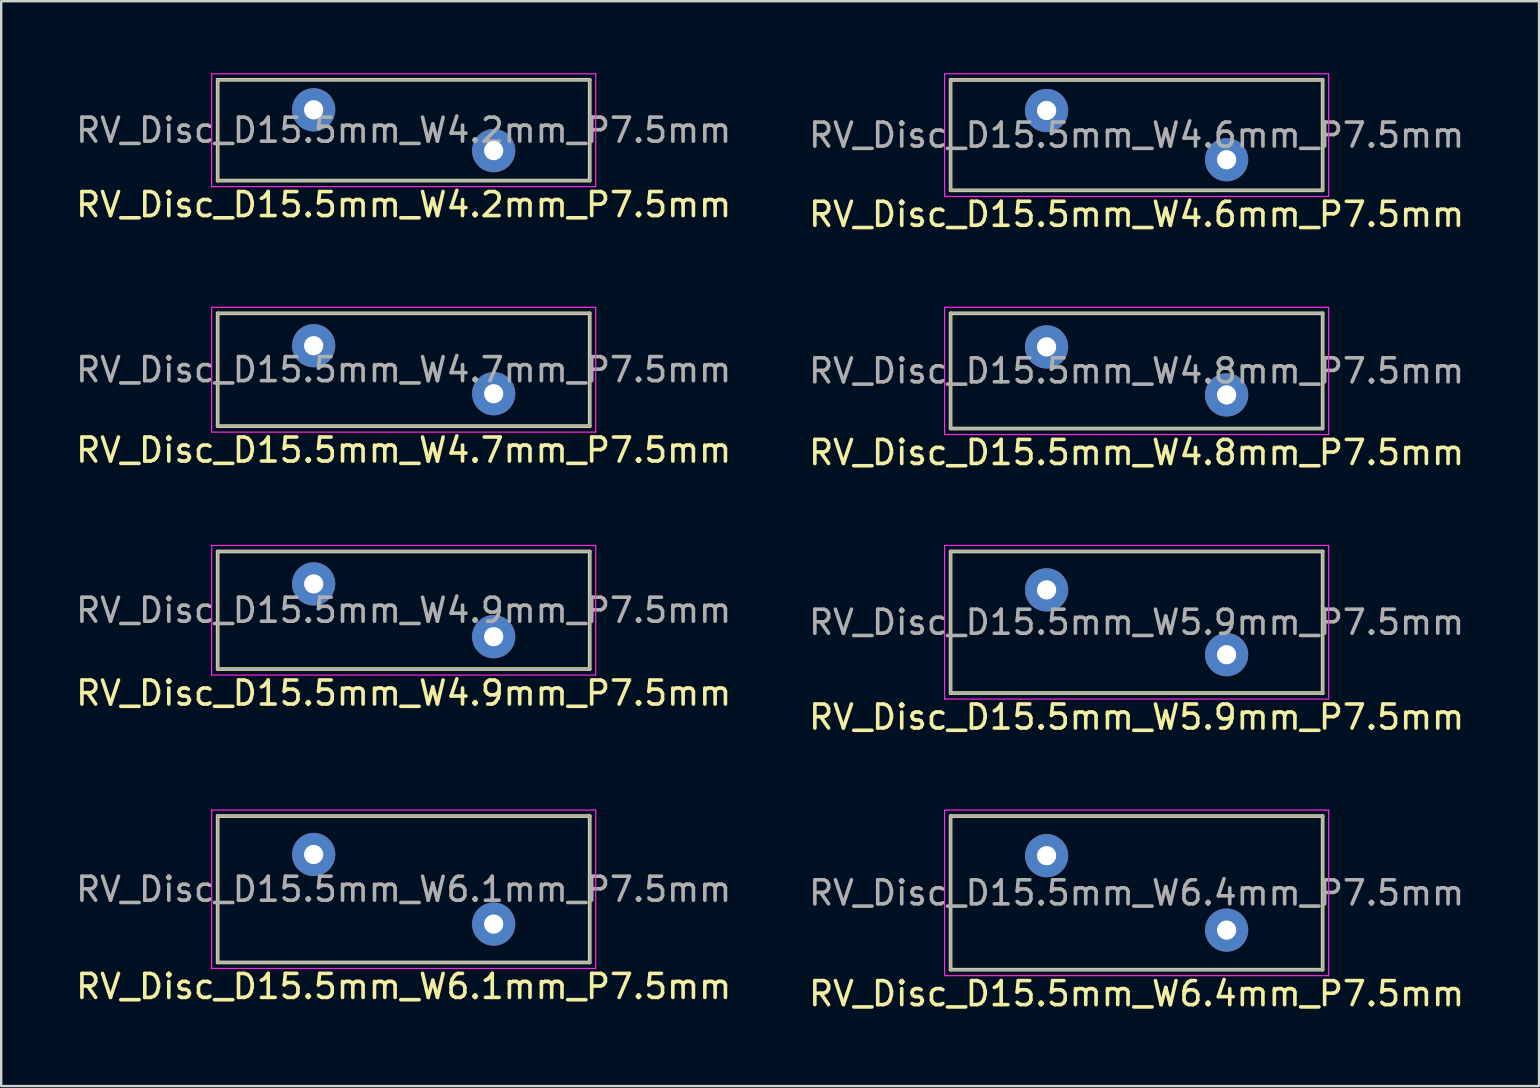
<source format=kicad_pcb>
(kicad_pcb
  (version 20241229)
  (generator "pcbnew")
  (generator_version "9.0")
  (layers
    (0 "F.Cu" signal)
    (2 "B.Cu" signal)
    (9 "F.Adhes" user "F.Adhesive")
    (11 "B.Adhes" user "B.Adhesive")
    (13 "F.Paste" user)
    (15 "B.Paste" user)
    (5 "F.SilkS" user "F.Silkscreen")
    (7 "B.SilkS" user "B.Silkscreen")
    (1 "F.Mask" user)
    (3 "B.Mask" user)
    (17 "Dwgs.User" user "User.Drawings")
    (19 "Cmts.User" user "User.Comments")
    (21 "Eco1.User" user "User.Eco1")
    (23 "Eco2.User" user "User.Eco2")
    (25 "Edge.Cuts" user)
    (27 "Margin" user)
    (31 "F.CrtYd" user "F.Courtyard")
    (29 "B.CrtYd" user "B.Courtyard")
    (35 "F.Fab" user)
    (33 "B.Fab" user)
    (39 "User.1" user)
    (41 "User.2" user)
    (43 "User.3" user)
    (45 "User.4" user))
  (footprint "RV_Disc_D15.5mm_W4.7mm_P7.5mm"
    (layer "F.Cu")
    (at 10.018 11.353)
    (property "Reference" "RV_Disc_D15.5mm_W4.7mm_P7.5mm" (at 3.75 4.35 0) (layer "F.SilkS") (effects (font (size 1 1) (thickness 0.15))))
    (attr through_hole)
    (fp_line (start -4 -1.35) (end -4 3.35) (stroke (width 0.15) (type solid)) (layer "F.SilkS"))
    (fp_line (start -4 -1.35) (end 11.5 -1.35) (stroke (width 0.15) (type solid)) (layer "F.SilkS"))
    (fp_line (start -4 3.35) (end 11.5 3.35) (stroke (width 0.15) (type solid)) (layer "F.SilkS"))
    (fp_line (start 11.5 -1.35) (end 11.5 3.35) (stroke (width 0.15) (type solid)) (layer "F.SilkS"))
    (fp_line (start -4.25 -1.6) (end -4.25 3.6) (stroke (width 0.05) (type solid)) (layer "F.CrtYd"))
    (fp_line (start -4.25 -1.6) (end 11.75 -1.6) (stroke (width 0.05) (type solid)) (layer "F.CrtYd"))
    (fp_line (start -4.25 3.6) (end 11.75 3.6) (stroke (width 0.05) (type solid)) (layer "F.CrtYd"))
    (fp_line (start 11.75 -1.6) (end 11.75 3.6) (stroke (width 0.05) (type solid)) (layer "F.CrtYd"))
    (fp_line (start -4 -1.35) (end -4 3.35) (stroke (width 0.1) (type solid)) (layer "F.Fab"))
    (fp_line (start -4 -1.35) (end 11.5 -1.35) (stroke (width 0.1) (type solid)) (layer "F.Fab"))
    (fp_line (start -4 3.35) (end 11.5 3.35) (stroke (width 0.1) (type solid)) (layer "F.Fab"))
    (fp_line (start 11.5 -1.35) (end 11.5 3.35) (stroke (width 0.1) (type solid)) (layer "F.Fab"))
    (fp_text user "${REFERENCE}" (at 3.75 1 0) (layer "F.Fab") (effects (font (size 1 1) (thickness 0.15))))
    (pad "1" thru_hole circle (at 0 0) (size 1.8 1.8) (drill 0.8) (layers "*.Cu" "*.Mask"))
    (pad "2" thru_hole circle (at 7.5 2) (size 1.8 1.8) (drill 0.8) (layers "*.Cu" "*.Mask")))
  (footprint "RV_Disc_D15.5mm_W4.6mm_P7.5mm"
    (layer "F.Cu")
    (at 40.554 1.555)
    (property "Reference" "RV_Disc_D15.5mm_W4.6mm_P7.5mm" (at 3.75 4.325 0) (layer "F.SilkS") (effects (font (size 1 1) (thickness 0.15))))
    (attr through_hole)
    (fp_line (start -4 -1.275) (end -4 3.325) (stroke (width 0.15) (type solid)) (layer "F.SilkS"))
    (fp_line (start -4 -1.275) (end 11.5 -1.275) (stroke (width 0.15) (type solid)) (layer "F.SilkS"))
    (fp_line (start -4 3.325) (end 11.5 3.325) (stroke (width 0.15) (type solid)) (layer "F.SilkS"))
    (fp_line (start 11.5 -1.275) (end 11.5 3.325) (stroke (width 0.15) (type solid)) (layer "F.SilkS"))
    (fp_line (start -4.25 -1.53) (end -4.25 3.58) (stroke (width 0.05) (type solid)) (layer "F.CrtYd"))
    (fp_line (start -4.25 -1.53) (end 11.75 -1.53) (stroke (width 0.05) (type solid)) (layer "F.CrtYd"))
    (fp_line (start -4.25 3.58) (end 11.75 3.58) (stroke (width 0.05) (type solid)) (layer "F.CrtYd"))
    (fp_line (start 11.75 -1.53) (end 11.75 3.58) (stroke (width 0.05) (type solid)) (layer "F.CrtYd"))
    (fp_line (start -4 -1.275) (end -4 3.325) (stroke (width 0.1) (type solid)) (layer "F.Fab"))
    (fp_line (start -4 -1.275) (end 11.5 -1.275) (stroke (width 0.1) (type solid)) (layer "F.Fab"))
    (fp_line (start -4 3.325) (end 11.5 3.325) (stroke (width 0.1) (type solid)) (layer "F.Fab"))
    (fp_line (start 11.5 -1.275) (end 11.5 3.325) (stroke (width 0.1) (type solid)) (layer "F.Fab"))
    (fp_text user "${REFERENCE}" (at 3.75 1.025 0) (layer "F.Fab") (effects (font (size 1 1) (thickness 0.15))))
    (pad "1" thru_hole circle (at 0 0) (size 1.8 1.8) (drill 0.8) (layers "*.Cu" "*.Mask"))
    (pad "2" thru_hole circle (at 7.5 2.05) (size 1.8 1.8) (drill 0.8) (layers "*.Cu" "*.Mask")))
  (footprint "RV_Disc_D15.5mm_W5.9mm_P7.5mm"
    (layer "F.Cu")
    (at 40.554 21.526)
    (property "Reference" "RV_Disc_D15.5mm_W5.9mm_P7.5mm" (at 3.75 5.3 0) (layer "F.SilkS") (effects (font (size 1 1) (thickness 0.15))))
    (attr through_hole)
    (fp_line (start -4 -1.6) (end -4 4.3) (stroke (width 0.15) (type solid)) (layer "F.SilkS"))
    (fp_line (start -4 -1.6) (end 11.5 -1.6) (stroke (width 0.15) (type solid)) (layer "F.SilkS"))
    (fp_line (start -4 4.3) (end 11.5 4.3) (stroke (width 0.15) (type solid)) (layer "F.SilkS"))
    (fp_line (start 11.5 -1.6) (end 11.5 4.3) (stroke (width 0.15) (type solid)) (layer "F.SilkS"))
    (fp_line (start -4.25 -1.85) (end -4.25 4.55) (stroke (width 0.05) (type solid)) (layer "F.CrtYd"))
    (fp_line (start -4.25 -1.85) (end 11.75 -1.85) (stroke (width 0.05) (type solid)) (layer "F.CrtYd"))
    (fp_line (start -4.25 4.55) (end 11.75 4.55) (stroke (width 0.05) (type solid)) (layer "F.CrtYd"))
    (fp_line (start 11.75 -1.85) (end 11.75 4.55) (stroke (width 0.05) (type solid)) (layer "F.CrtYd"))
    (fp_line (start -4 -1.6) (end -4 4.3) (stroke (width 0.1) (type solid)) (layer "F.Fab"))
    (fp_line (start -4 -1.6) (end 11.5 -1.6) (stroke (width 0.1) (type solid)) (layer "F.Fab"))
    (fp_line (start -4 4.3) (end 11.5 4.3) (stroke (width 0.1) (type solid)) (layer "F.Fab"))
    (fp_line (start 11.5 -1.6) (end 11.5 4.3) (stroke (width 0.1) (type solid)) (layer "F.Fab"))
    (fp_text user "${REFERENCE}" (at 3.75 1.35 0) (layer "F.Fab") (effects (font (size 1 1) (thickness 0.15))))
    (pad "1" thru_hole circle (at 0 0) (size 1.8 1.8) (drill 0.8) (layers "*.Cu" "*.Mask"))
    (pad "2" thru_hole circle (at 7.5 2.7) (size 1.8 1.8) (drill 0.8) (layers "*.Cu" "*.Mask")))
  (footprint "RV_Disc_D15.5mm_W6.1mm_P7.5mm"
    (layer "F.Cu")
    (at 10.018 32.55)
    (property "Reference" "RV_Disc_D15.5mm_W6.1mm_P7.5mm" (at 3.75 5.5 0) (layer "F.SilkS") (effects (font (size 1 1) (thickness 0.15))))
    (attr through_hole)
    (fp_line (start -4 -1.6) (end -4 4.5) (stroke (width 0.15) (type solid)) (layer "F.SilkS"))
    (fp_line (start -4 -1.6) (end 11.5 -1.6) (stroke (width 0.15) (type solid)) (layer "F.SilkS"))
    (fp_line (start -4 4.5) (end 11.5 4.5) (stroke (width 0.15) (type solid)) (layer "F.SilkS"))
    (fp_line (start 11.5 -1.6) (end 11.5 4.5) (stroke (width 0.15) (type solid)) (layer "F.SilkS"))
    (fp_line (start -4.25 -1.85) (end -4.25 4.75) (stroke (width 0.05) (type solid)) (layer "F.CrtYd"))
    (fp_line (start -4.25 -1.85) (end 11.75 -1.85) (stroke (width 0.05) (type solid)) (layer "F.CrtYd"))
    (fp_line (start -4.25 4.75) (end 11.75 4.75) (stroke (width 0.05) (type solid)) (layer "F.CrtYd"))
    (fp_line (start 11.75 -1.85) (end 11.75 4.75) (stroke (width 0.05) (type solid)) (layer "F.CrtYd"))
    (fp_line (start -4 -1.6) (end -4 4.5) (stroke (width 0.1) (type solid)) (layer "F.Fab"))
    (fp_line (start -4 -1.6) (end 11.5 -1.6) (stroke (width 0.1) (type solid)) (layer "F.Fab"))
    (fp_line (start -4 4.5) (end 11.5 4.5) (stroke (width 0.1) (type solid)) (layer "F.Fab"))
    (fp_line (start 11.5 -1.6) (end 11.5 4.5) (stroke (width 0.1) (type solid)) (layer "F.Fab"))
    (fp_text user "${REFERENCE}" (at 3.75 1.45 0) (layer "F.Fab") (effects (font (size 1 1) (thickness 0.15))))
    (pad "1" thru_hole circle (at 0 0) (size 1.8 1.8) (drill 0.8) (layers "*.Cu" "*.Mask"))
    (pad "2" thru_hole circle (at 7.5 2.9) (size 1.8 1.8) (drill 0.8) (layers "*.Cu" "*.Mask")))
  (footprint "RV_Disc_D15.5mm_W4.2mm_P7.5mm"
    (layer "F.Cu")
    (at 10.018 1.525)
    (property "Reference" "RV_Disc_D15.5mm_W4.2mm_P7.5mm" (at 3.75 3.95 0) (layer "F.SilkS") (effects (font (size 1 1) (thickness 0.15))))
    (attr through_hole)
    (fp_line (start -4 -1.25) (end -4 2.95) (stroke (width 0.15) (type solid)) (layer "F.SilkS"))
    (fp_line (start -4 -1.25) (end 11.5 -1.25) (stroke (width 0.15) (type solid)) (layer "F.SilkS"))
    (fp_line (start -4 2.95) (end 11.5 2.95) (stroke (width 0.15) (type solid)) (layer "F.SilkS"))
    (fp_line (start 11.5 -1.25) (end 11.5 2.95) (stroke (width 0.15) (type solid)) (layer "F.SilkS"))
    (fp_line (start -4.25 -1.5) (end -4.25 3.2) (stroke (width 0.05) (type solid)) (layer "F.CrtYd"))
    (fp_line (start -4.25 -1.5) (end 11.75 -1.5) (stroke (width 0.05) (type solid)) (layer "F.CrtYd"))
    (fp_line (start -4.25 3.2) (end 11.75 3.2) (stroke (width 0.05) (type solid)) (layer "F.CrtYd"))
    (fp_line (start 11.75 -1.5) (end 11.75 3.2) (stroke (width 0.05) (type solid)) (layer "F.CrtYd"))
    (fp_line (start -4 -1.25) (end -4 2.95) (stroke (width 0.1) (type solid)) (layer "F.Fab"))
    (fp_line (start -4 -1.25) (end 11.5 -1.25) (stroke (width 0.1) (type solid)) (layer "F.Fab"))
    (fp_line (start -4 2.95) (end 11.5 2.95) (stroke (width 0.1) (type solid)) (layer "F.Fab"))
    (fp_line (start 11.5 -1.25) (end 11.5 2.95) (stroke (width 0.1) (type solid)) (layer "F.Fab"))
    (fp_text user "${REFERENCE}" (at 3.75 0.85 0) (layer "F.Fab") (effects (font (size 1 1) (thickness 0.15))))
    (pad "1" thru_hole circle (at 0 0) (size 1.8 1.8) (drill 0.8) (layers "*.Cu" "*.Mask"))
    (pad "2" thru_hole circle (at 7.5 1.7) (size 1.8 1.8) (drill 0.8) (layers "*.Cu" "*.Mask")))
  (footprint "RV_Disc_D15.5mm_W4.8mm_P7.5mm"
    (layer "F.Cu")
    (at 40.554 11.403)
    (property "Reference" "RV_Disc_D15.5mm_W4.8mm_P7.5mm" (at 3.75 4.4 0) (layer "F.SilkS") (effects (font (size 1 1) (thickness 0.15))))
    (attr through_hole)
    (fp_line (start -4 -1.4) (end -4 3.4) (stroke (width 0.15) (type solid)) (layer "F.SilkS"))
    (fp_line (start -4 -1.4) (end 11.5 -1.4) (stroke (width 0.15) (type solid)) (layer "F.SilkS"))
    (fp_line (start -4 3.4) (end 11.5 3.4) (stroke (width 0.15) (type solid)) (layer "F.SilkS"))
    (fp_line (start 11.5 -1.4) (end 11.5 3.4) (stroke (width 0.15) (type solid)) (layer "F.SilkS"))
    (fp_line (start -4.25 -1.65) (end -4.25 3.65) (stroke (width 0.05) (type solid)) (layer "F.CrtYd"))
    (fp_line (start -4.25 -1.65) (end 11.75 -1.65) (stroke (width 0.05) (type solid)) (layer "F.CrtYd"))
    (fp_line (start -4.25 3.65) (end 11.75 3.65) (stroke (width 0.05) (type solid)) (layer "F.CrtYd"))
    (fp_line (start 11.75 -1.65) (end 11.75 3.65) (stroke (width 0.05) (type solid)) (layer "F.CrtYd"))
    (fp_line (start -4 -1.4) (end -4 3.4) (stroke (width 0.1) (type solid)) (layer "F.Fab"))
    (fp_line (start -4 -1.4) (end 11.5 -1.4) (stroke (width 0.1) (type solid)) (layer "F.Fab"))
    (fp_line (start -4 3.4) (end 11.5 3.4) (stroke (width 0.1) (type solid)) (layer "F.Fab"))
    (fp_line (start 11.5 -1.4) (end 11.5 3.4) (stroke (width 0.1) (type solid)) (layer "F.Fab"))
    (fp_text user "${REFERENCE}" (at 3.75 1 0) (layer "F.Fab") (effects (font (size 1 1) (thickness 0.15))))
    (pad "1" thru_hole circle (at 0 0) (size 1.8 1.8) (drill 0.8) (layers "*.Cu" "*.Mask"))
    (pad "2" thru_hole circle (at 7.5 2) (size 1.8 1.8) (drill 0.8) (layers "*.Cu" "*.Mask")))
  (footprint "RV_Disc_D15.5mm_W4.9mm_P7.5mm"
    (layer "F.Cu")
    (at 10.018 21.276)
    (property "Reference" "RV_Disc_D15.5mm_W4.9mm_P7.5mm" (at 3.75 4.55 0) (layer "F.SilkS") (effects (font (size 1 1) (thickness 0.15))))
    (attr through_hole)
    (fp_line (start -4 -1.35) (end -4 3.55) (stroke (width 0.15) (type solid)) (layer "F.SilkS"))
    (fp_line (start -4 -1.35) (end 11.5 -1.35) (stroke (width 0.15) (type solid)) (layer "F.SilkS"))
    (fp_line (start -4 3.55) (end 11.5 3.55) (stroke (width 0.15) (type solid)) (layer "F.SilkS"))
    (fp_line (start 11.5 -1.35) (end 11.5 3.55) (stroke (width 0.15) (type solid)) (layer "F.SilkS"))
    (fp_line (start -4.25 -1.6) (end -4.25 3.8) (stroke (width 0.05) (type solid)) (layer "F.CrtYd"))
    (fp_line (start -4.25 -1.6) (end 11.75 -1.6) (stroke (width 0.05) (type solid)) (layer "F.CrtYd"))
    (fp_line (start -4.25 3.8) (end 11.75 3.8) (stroke (width 0.05) (type solid)) (layer "F.CrtYd"))
    (fp_line (start 11.75 -1.6) (end 11.75 3.8) (stroke (width 0.05) (type solid)) (layer "F.CrtYd"))
    (fp_line (start -4 -1.35) (end -4 3.55) (stroke (width 0.1) (type solid)) (layer "F.Fab"))
    (fp_line (start -4 -1.35) (end 11.5 -1.35) (stroke (width 0.1) (type solid)) (layer "F.Fab"))
    (fp_line (start -4 3.55) (end 11.5 3.55) (stroke (width 0.1) (type solid)) (layer "F.Fab"))
    (fp_line (start 11.5 -1.35) (end 11.5 3.55) (stroke (width 0.1) (type solid)) (layer "F.Fab"))
    (fp_text user "${REFERENCE}" (at 3.75 1.1 0) (layer "F.Fab") (effects (font (size 1 1) (thickness 0.15))))
    (pad "1" thru_hole circle (at 0 0) (size 1.8 1.8) (drill 0.8) (layers "*.Cu" "*.Mask"))
    (pad "2" thru_hole circle (at 7.5 2.2) (size 1.8 1.8) (drill 0.8) (layers "*.Cu" "*.Mask")))
  (footprint "RV_Disc_D15.5mm_W6.4mm_P7.5mm"
    (layer "F.Cu")
    (at 40.554 32.6)
    (property "Reference" "RV_Disc_D15.5mm_W6.4mm_P7.5mm" (at 3.75 5.75 0) (layer "F.SilkS") (effects (font (size 1 1) (thickness 0.15))))
    (attr through_hole)
    (fp_line (start -4 -1.65) (end -4 4.75) (stroke (width 0.15) (type solid)) (layer "F.SilkS"))
    (fp_line (start -4 -1.65) (end 11.5 -1.65) (stroke (width 0.15) (type solid)) (layer "F.SilkS"))
    (fp_line (start -4 4.75) (end 11.5 4.75) (stroke (width 0.15) (type solid)) (layer "F.SilkS"))
    (fp_line (start 11.5 -1.65) (end 11.5 4.75) (stroke (width 0.15) (type solid)) (layer "F.SilkS"))
    (fp_line (start -4.25 -1.9) (end -4.25 5) (stroke (width 0.05) (type solid)) (layer "F.CrtYd"))
    (fp_line (start -4.25 -1.9) (end 11.75 -1.9) (stroke (width 0.05) (type solid)) (layer "F.CrtYd"))
    (fp_line (start -4.25 5) (end 11.75 5) (stroke (width 0.05) (type solid)) (layer "F.CrtYd"))
    (fp_line (start 11.75 -1.9) (end 11.75 5) (stroke (width 0.05) (type solid)) (layer "F.CrtYd"))
    (fp_line (start -4 -1.65) (end -4 4.75) (stroke (width 0.1) (type solid)) (layer "F.Fab"))
    (fp_line (start -4 -1.65) (end 11.5 -1.65) (stroke (width 0.1) (type solid)) (layer "F.Fab"))
    (fp_line (start -4 4.75) (end 11.5 4.75) (stroke (width 0.1) (type solid)) (layer "F.Fab"))
    (fp_line (start 11.5 -1.65) (end 11.5 4.75) (stroke (width 0.1) (type solid)) (layer "F.Fab"))
    (fp_text user "${REFERENCE}" (at 3.75 1.55 0) (layer "F.Fab") (effects (font (size 1 1) (thickness 0.15))))
    (pad "1" thru_hole circle (at 0 0) (size 1.8 1.8) (drill 0.8) (layers "*.Cu" "*.Mask"))
    (pad "2" thru_hole circle (at 7.5 3.1) (size 1.8 1.8) (drill 0.8) (layers "*.Cu" "*.Mask")))
  (gr_rect
    (start -3 -3)
    (end 61.071 42.198)
    (stroke (width 0.1) (type default))
    (fill no)
    (layer "Edge.Cuts")))
</source>
